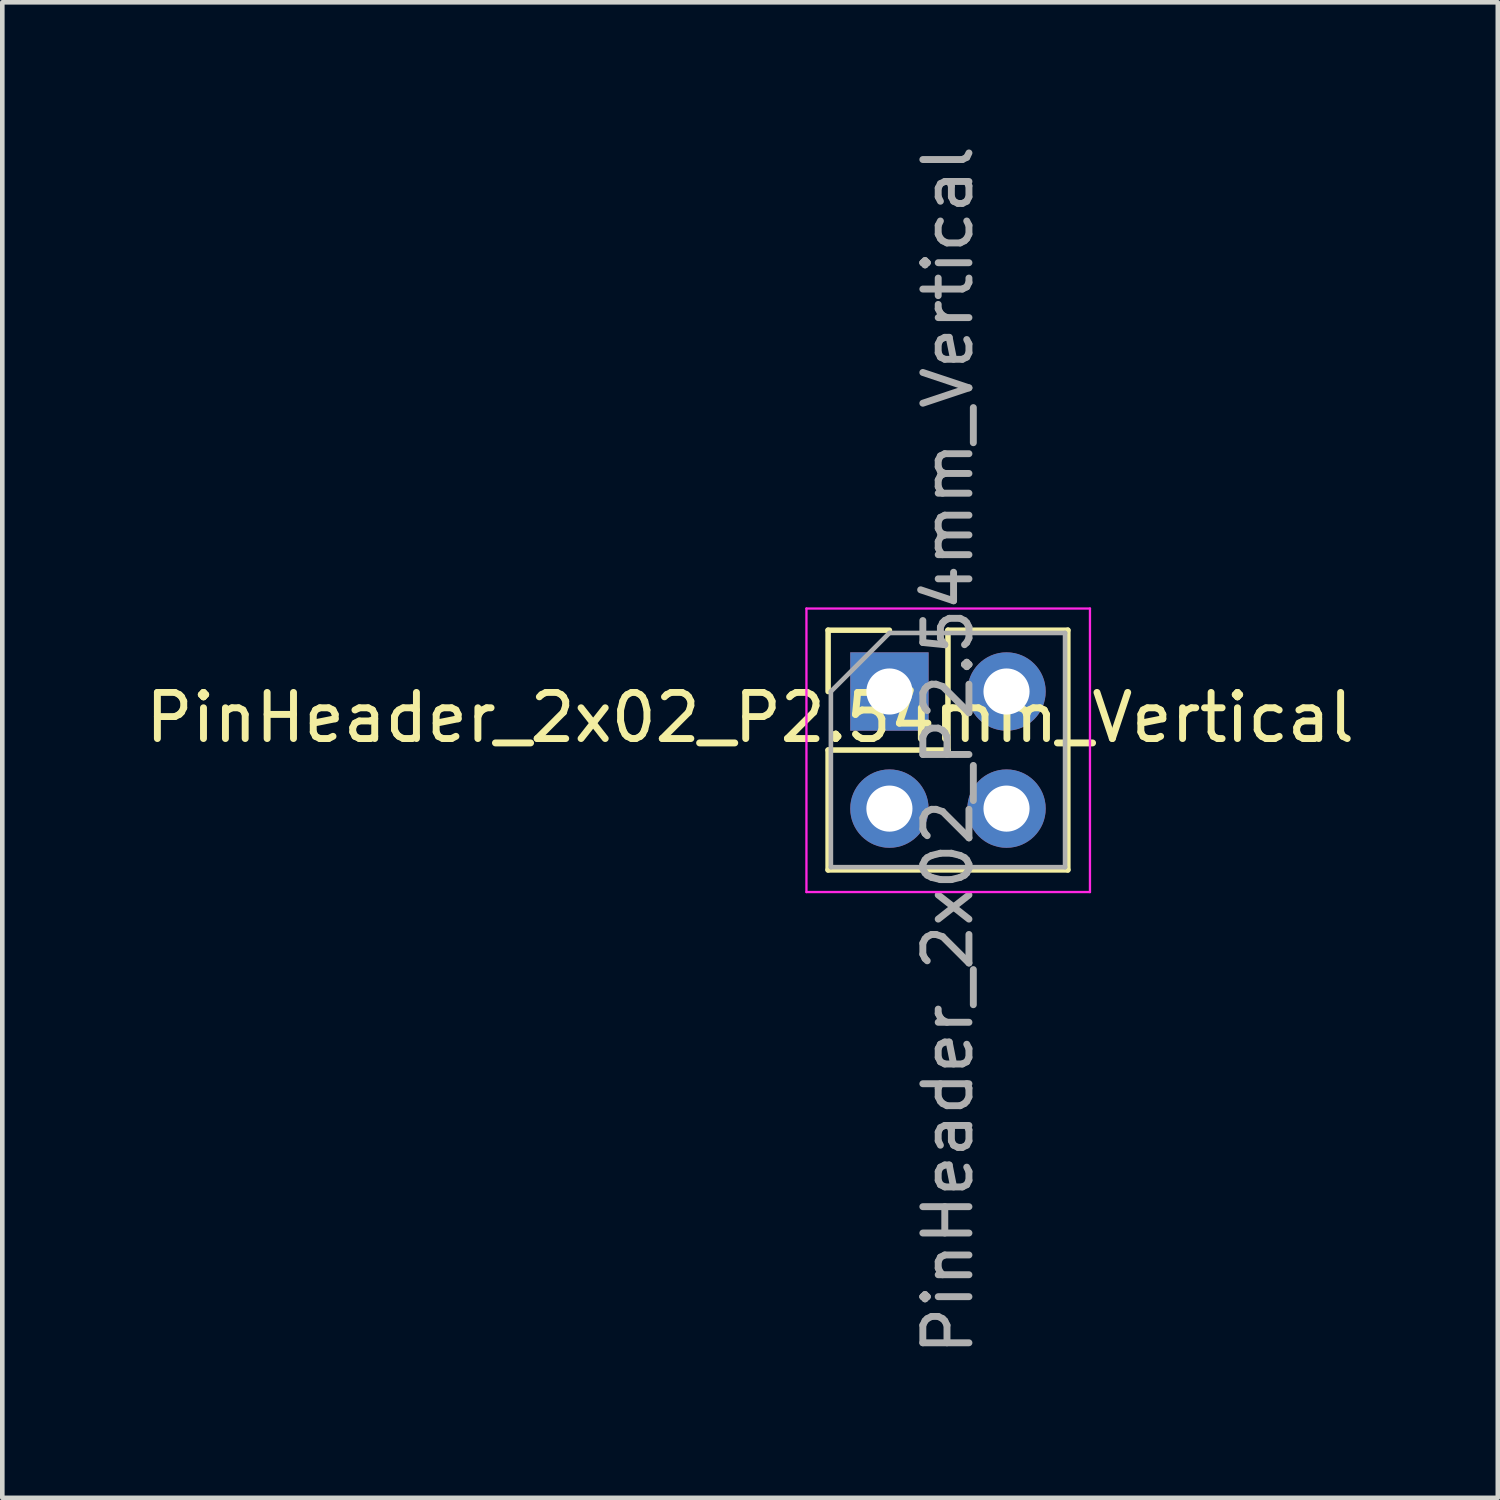
<source format=kicad_pcb>
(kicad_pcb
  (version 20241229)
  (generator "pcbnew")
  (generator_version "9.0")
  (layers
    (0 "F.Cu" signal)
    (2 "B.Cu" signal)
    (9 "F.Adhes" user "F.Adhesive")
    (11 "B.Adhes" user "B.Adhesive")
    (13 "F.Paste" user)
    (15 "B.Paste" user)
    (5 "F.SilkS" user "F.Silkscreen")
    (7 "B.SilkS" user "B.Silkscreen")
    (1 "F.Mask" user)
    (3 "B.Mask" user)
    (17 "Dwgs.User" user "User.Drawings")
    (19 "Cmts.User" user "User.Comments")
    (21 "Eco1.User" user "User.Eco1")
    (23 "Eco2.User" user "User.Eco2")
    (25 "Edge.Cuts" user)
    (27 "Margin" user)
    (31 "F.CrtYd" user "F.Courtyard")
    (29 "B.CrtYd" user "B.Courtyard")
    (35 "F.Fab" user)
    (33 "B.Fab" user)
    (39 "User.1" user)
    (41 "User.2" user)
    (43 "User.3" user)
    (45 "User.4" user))
  (footprint "PinHeader_2x02_P2.54mm_Vertical"
    (layer "F.Cu")
    (at 16.243 11.95)
    (property "Reference" "PinHeader_2x02_P2.54mm_Vertical" (at -3.022 0.565 180) (layer "F.SilkS") (effects (font (size 1 1) (thickness 0.15))))
    (attr through_hole)
    (fp_line (start -1.33 -1.33) (end 0 -1.33) (stroke (width 0.12) (type solid)) (layer "F.SilkS"))
    (fp_line (start -1.33 0) (end -1.33 -1.33) (stroke (width 0.12) (type solid)) (layer "F.SilkS"))
    (fp_line (start -1.33 1.27) (end -1.33 3.87) (stroke (width 0.12) (type solid)) (layer "F.SilkS"))
    (fp_line (start -1.33 1.27) (end 1.27 1.27) (stroke (width 0.12) (type solid)) (layer "F.SilkS"))
    (fp_line (start -1.33 3.87) (end 3.87 3.87) (stroke (width 0.12) (type solid)) (layer "F.SilkS"))
    (fp_line (start 1.27 -1.33) (end 3.87 -1.33) (stroke (width 0.12) (type solid)) (layer "F.SilkS"))
    (fp_line (start 1.27 1.27) (end 1.27 -1.33) (stroke (width 0.12) (type solid)) (layer "F.SilkS"))
    (fp_line (start 3.87 -1.33) (end 3.87 3.87) (stroke (width 0.12) (type solid)) (layer "F.SilkS"))
    (fp_line (start -1.8 -1.8) (end -1.8 4.35) (stroke (width 0.05) (type solid)) (layer "F.CrtYd"))
    (fp_line (start -1.8 4.35) (end 4.35 4.35) (stroke (width 0.05) (type solid)) (layer "F.CrtYd"))
    (fp_line (start 4.35 -1.8) (end -1.8 -1.8) (stroke (width 0.05) (type solid)) (layer "F.CrtYd"))
    (fp_line (start 4.35 4.35) (end 4.35 -1.8) (stroke (width 0.05) (type solid)) (layer "F.CrtYd"))
    (fp_line (start -1.27 0) (end 0 -1.27) (stroke (width 0.1) (type solid)) (layer "F.Fab"))
    (fp_line (start -1.27 3.81) (end -1.27 0) (stroke (width 0.1) (type solid)) (layer "F.Fab"))
    (fp_line (start 0 -1.27) (end 3.81 -1.27) (stroke (width 0.1) (type solid)) (layer "F.Fab"))
    (fp_line (start 3.81 -1.27) (end 3.81 3.81) (stroke (width 0.1) (type solid)) (layer "F.Fab"))
    (fp_line (start 3.81 3.81) (end -1.27 3.81) (stroke (width 0.1) (type solid)) (layer "F.Fab"))
    (fp_text user "${REFERENCE}" (at 1.27 1.27 270) (layer "F.Fab") (effects (font (size 1 1) (thickness 0.15))))
    (pad "1" thru_hole rect (at 0 0) (size 1.7 1.7) (drill 1) (layers "*.Cu" "*.Mask"))
    (pad "2" thru_hole oval (at 2.54 0) (size 1.7 1.7) (drill 1) (layers "*.Cu" "*.Mask"))
    (pad "3" thru_hole oval (at 0 2.54) (size 1.7 1.7) (drill 1) (layers "*.Cu" "*.Mask"))
    (pad "4" thru_hole oval (at 2.54 2.54) (size 1.7 1.7) (drill 1) (layers "*.Cu" "*.Mask")))
  (gr_rect
    (start -3 -3)
    (end 29.44 29.44)
    (stroke (width 0.1) (type default))
    (fill no)
    (layer "Edge.Cuts")))
</source>
